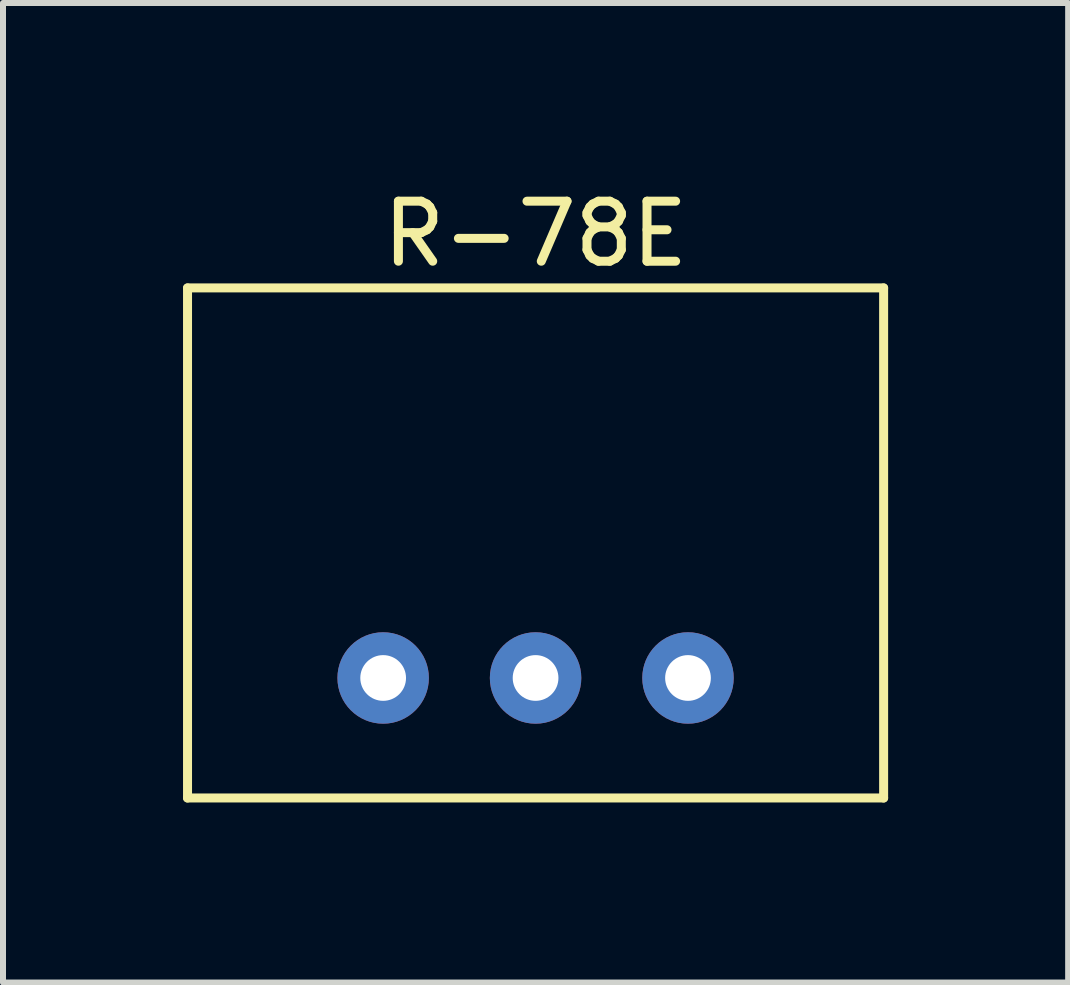
<source format=kicad_pcb>
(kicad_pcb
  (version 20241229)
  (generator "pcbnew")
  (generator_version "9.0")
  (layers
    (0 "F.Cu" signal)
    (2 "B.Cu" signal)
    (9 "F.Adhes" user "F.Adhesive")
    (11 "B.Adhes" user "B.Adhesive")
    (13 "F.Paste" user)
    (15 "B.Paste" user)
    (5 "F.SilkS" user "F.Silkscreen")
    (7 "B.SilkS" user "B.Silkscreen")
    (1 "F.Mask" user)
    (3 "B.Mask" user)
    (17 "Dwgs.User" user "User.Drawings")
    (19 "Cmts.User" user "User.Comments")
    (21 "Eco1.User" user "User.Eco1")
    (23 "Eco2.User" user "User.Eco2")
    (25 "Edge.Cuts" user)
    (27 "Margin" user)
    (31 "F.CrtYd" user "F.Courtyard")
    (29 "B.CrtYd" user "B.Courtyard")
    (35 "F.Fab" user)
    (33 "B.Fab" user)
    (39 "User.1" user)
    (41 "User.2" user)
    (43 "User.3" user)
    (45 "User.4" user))
  (footprint "R-78E"
    (layer "F.Cu")
    (at 5.875 8.248)
    (property "Reference" "R-78E" (at 0 -7.4 0) (layer "F.SilkS") (effects (font (size 1 1) (thickness 0.15))))
    (attr through_hole)
    (fp_line (start -5.8 -6.5) (end -5.8 2) (stroke (width 0.15) (type solid)) (layer "F.SilkS"))
    (fp_line (start -5.8 2) (end 5.8 2) (stroke (width 0.15) (type solid)) (layer "F.SilkS"))
    (fp_line (start 5.8 -6.5) (end -5.8 -6.5) (stroke (width 0.15) (type solid)) (layer "F.SilkS"))
    (fp_line (start 5.8 2) (end 5.8 -6.5) (stroke (width 0.15) (type solid)) (layer "F.SilkS"))
    (pad "1" thru_hole circle (at -2.54 0) (size 1.524 1.524) (drill 0.762) (layers "*.Cu" "*.Mask"))
    (pad "2" thru_hole circle (at 0 0) (size 1.524 1.524) (drill 0.762) (layers "*.Cu" "*.Mask"))
    (pad "3" thru_hole circle (at 2.54 0) (size 1.524 1.524) (drill 0.762) (layers "*.Cu" "*.Mask")))
  (gr_rect
    (start -3 -3)
    (end 14.75 13.323)
    (stroke (width 0.1) (type default))
    (fill no)
    (layer "Edge.Cuts")))
</source>
